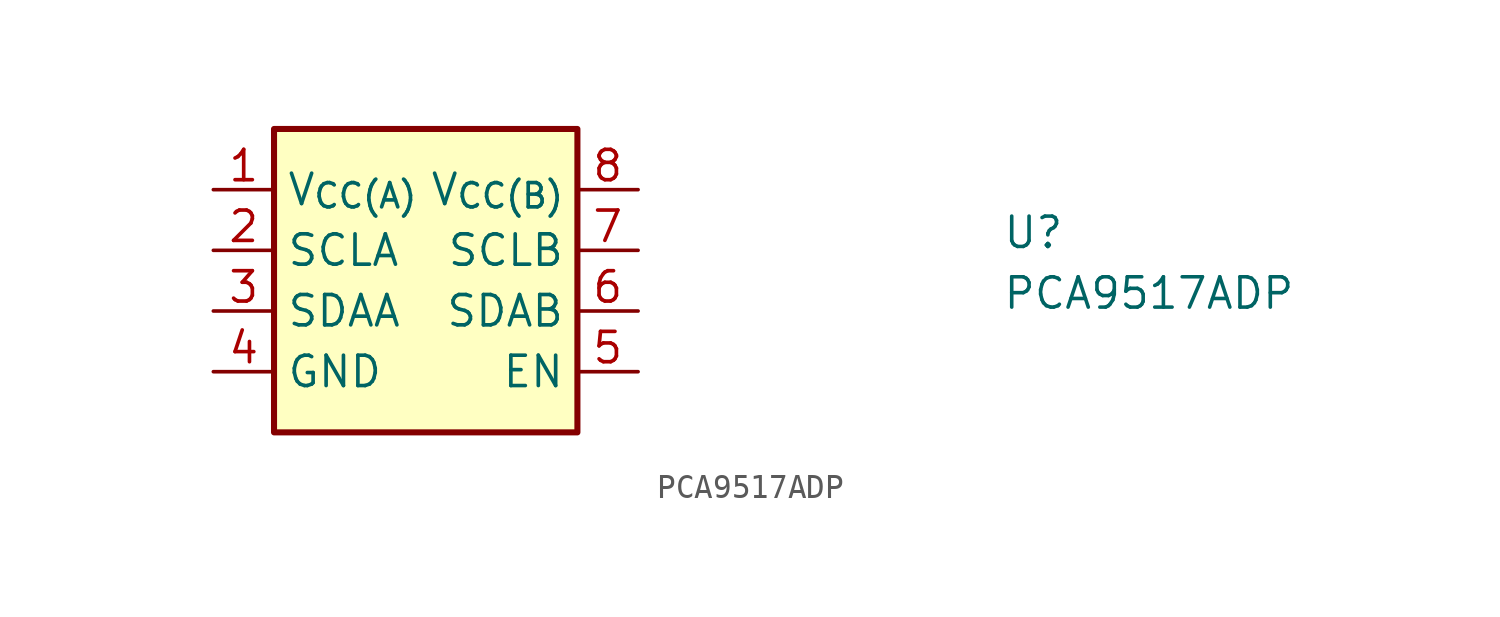
<source format=kicad_sym>
(kicad_symbol_lib
  (version 20211014)
  (generator kicad_symbol_editor)
  (symbol "PCA9517ADP"
    (property "Reference" "U"
      (at 33.02 -2.54 0)
      (effects (font (size 1.27 1.27) (thickness 0.15)) (justify left bottom)))
    (property "Value" "PCA9517ADP"
      (at 33.02 -5.08 0)
      (effects (font (size 1.27 1.27) (thickness 0.15)) (justify left bottom)))
    (symbol "PCA9517ADP_1_1"
      (rectangle (start 15.24 2.54) (end 2.54 -10.16) (stroke (width 0.254) (type default) (color 0 0 0 0)) (fill (type background)))
      (pin power_in line (at 0 0 0) (length 2.54) (name "V_{CC(A)}" (effects (font (size 1.27 1.27)))) (number "1" (effects (font (size 1.27 1.27)))))
      (pin input line (at 0 -2.54 0) (length 2.54) (name "SCLA" (effects (font (size 1.27 1.27)))) (number "2" (effects (font (size 1.27 1.27)))))
      (pin bidirectional line (at 0 -5.08 0) (length 2.54) (name "SDAA" (effects (font (size 1.27 1.27)))) (number "3" (effects (font (size 1.27 1.27)))))
      (pin power_in line (at 0 -7.62 0) (length 2.54) (name "GND" (effects (font (size 1.27 1.27)))) (number "4" (effects (font (size 1.27 1.27)))))
      (pin input line (at 17.78 -7.62 180) (length 2.54) (name "EN" (effects (font (size 1.27 1.27)))) (number "5" (effects (font (size 1.27 1.27)))))
      (pin bidirectional line (at 17.78 -5.08 180) (length 2.54) (name "SDAB" (effects (font (size 1.27 1.27)))) (number "6" (effects (font (size 1.27 1.27)))))
      (pin input line (at 17.78 -2.54 180) (length 2.54) (name "SCLB" (effects (font (size 1.27 1.27)))) (number "7" (effects (font (size 1.27 1.27)))))
      (pin power_in line (at 17.78 0 180) (length 2.54) (name "V_{CC(B)}" (effects (font (size 1.27 1.27)))) (number "8" (effects (font (size 1.27 1.27))))))))
</source>
